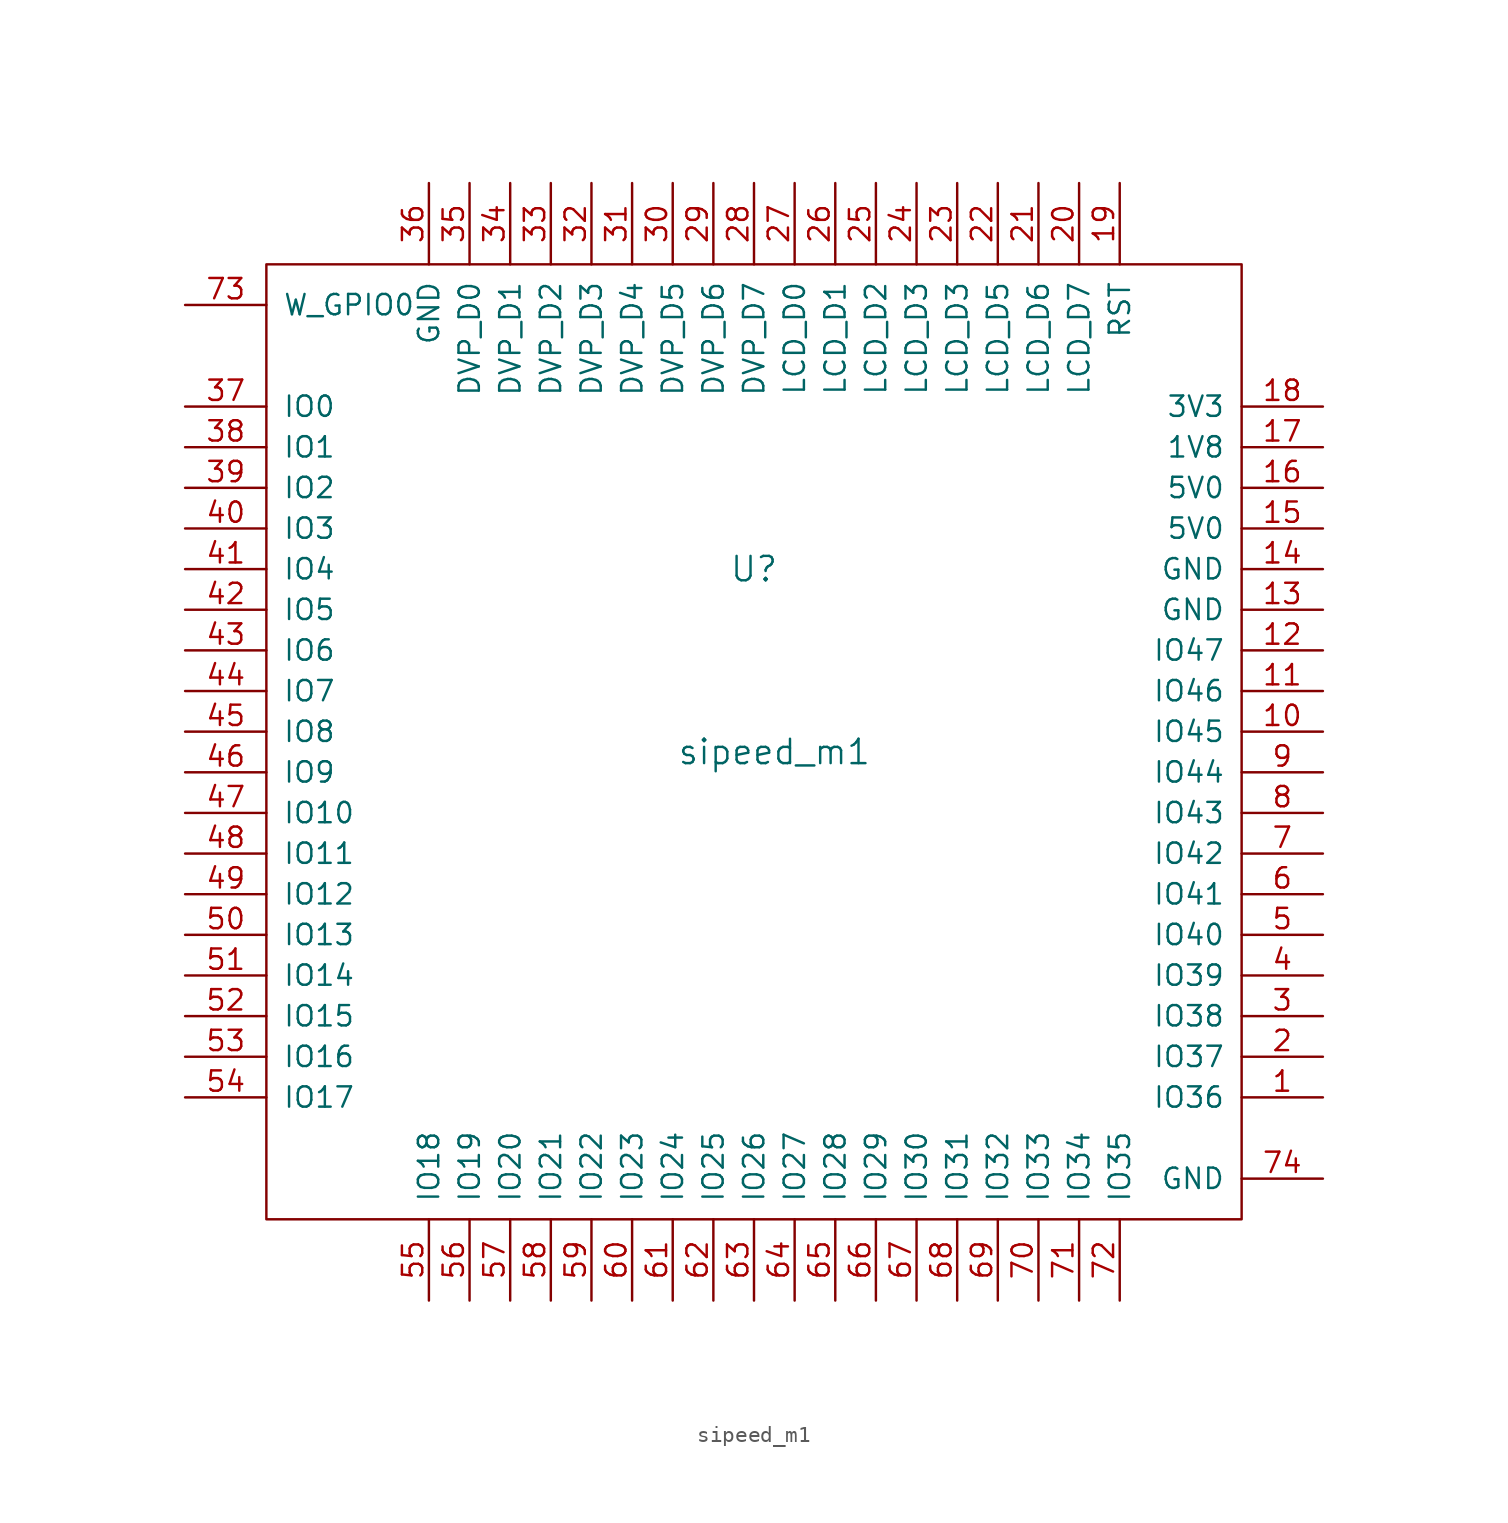
<source format=kicad_sym>
(kicad_symbol_lib
  (version 20231120)
  (generator "kicad_symbol_editor")
  (generator_version "8.0")
  (symbol "sipeed_m1"
    (pin_names
      (offset 1.016))
    (property "Reference" "U"
      (at 0 11.43 0)
      (effects (font (size 1.524 1.524))))
    (property "Value" "sipeed_m1"
      (at 1.27 0 0)
      (effects (font (size 1.524 1.524))))
    (symbol "sipeed_m1_0_1"
      (rectangle (start -30.48 -29.21) (end 30.48 30.48) (stroke (width 0) (type solid)) (fill (type none))))
    (symbol "sipeed_m1_1_1"
      (pin unspecified line (at 35.56 -21.59 180) (length 5.08) (name "IO36" (effects (font (size 1.27 1.27)))) (number "1" (effects (font (size 1.27 1.27)))))
      (pin unspecified line (at 35.56 1.27 180) (length 5.08) (name "IO45" (effects (font (size 1.27 1.27)))) (number "10" (effects (font (size 1.27 1.27)))))
      (pin unspecified line (at 35.56 3.81 180) (length 5.08) (name "IO46" (effects (font (size 1.27 1.27)))) (number "11" (effects (font (size 1.27 1.27)))))
      (pin unspecified line (at 35.56 6.35 180) (length 5.08) (name "IO47" (effects (font (size 1.27 1.27)))) (number "12" (effects (font (size 1.27 1.27)))))
      (pin unspecified line (at 35.56 8.89 180) (length 5.08) (name "GND" (effects (font (size 1.27 1.27)))) (number "13" (effects (font (size 1.27 1.27)))))
      (pin unspecified line (at 35.56 11.43 180) (length 5.08) (name "GND" (effects (font (size 1.27 1.27)))) (number "14" (effects (font (size 1.27 1.27)))))
      (pin power_in line (at 35.56 13.97 180) (length 5.08) (name "5V0" (effects (font (size 1.27 1.27)))) (number "15" (effects (font (size 1.27 1.27)))))
      (pin unspecified line (at 35.56 16.51 180) (length 5.08) (name "5V0" (effects (font (size 1.27 1.27)))) (number "16" (effects (font (size 1.27 1.27)))))
      (pin unspecified line (at 35.56 19.05 180) (length 5.08) (name "1V8" (effects (font (size 1.27 1.27)))) (number "17" (effects (font (size 1.27 1.27)))))
      (pin unspecified line (at 35.56 21.59 180) (length 5.08) (name "3V3" (effects (font (size 1.27 1.27)))) (number "18" (effects (font (size 1.27 1.27)))))
      (pin unspecified line (at 22.86 35.56 270) (length 5.08) (name "RST" (effects (font (size 1.27 1.27)))) (number "19" (effects (font (size 1.27 1.27)))))
      (pin unspecified line (at 35.56 -19.05 180) (length 5.08) (name "IO37" (effects (font (size 1.27 1.27)))) (number "2" (effects (font (size 1.27 1.27)))))
      (pin unspecified line (at 20.32 35.56 270) (length 5.08) (name "LCD_D7" (effects (font (size 1.27 1.27)))) (number "20" (effects (font (size 1.27 1.27)))))
      (pin unspecified line (at 17.78 35.56 270) (length 5.08) (name "LCD_D6" (effects (font (size 1.27 1.27)))) (number "21" (effects (font (size 1.27 1.27)))))
      (pin unspecified line (at 15.24 35.56 270) (length 5.08) (name "LCD_D5" (effects (font (size 1.27 1.27)))) (number "22" (effects (font (size 1.27 1.27)))))
      (pin unspecified line (at 12.7 35.56 270) (length 5.08) (name "LCD_D3" (effects (font (size 1.27 1.27)))) (number "23" (effects (font (size 1.27 1.27)))))
      (pin unspecified line (at 10.16 35.56 270) (length 5.08) (name "LCD_D3" (effects (font (size 1.27 1.27)))) (number "24" (effects (font (size 1.27 1.27)))))
      (pin unspecified line (at 7.62 35.56 270) (length 5.08) (name "LCD_D2" (effects (font (size 1.27 1.27)))) (number "25" (effects (font (size 1.27 1.27)))))
      (pin unspecified line (at 5.08 35.56 270) (length 5.08) (name "LCD_D1" (effects (font (size 1.27 1.27)))) (number "26" (effects (font (size 1.27 1.27)))))
      (pin unspecified line (at 2.54 35.56 270) (length 5.08) (name "LCD_D0" (effects (font (size 1.27 1.27)))) (number "27" (effects (font (size 1.27 1.27)))))
      (pin unspecified line (at 0 35.56 270) (length 5.08) (name "DVP_D7" (effects (font (size 1.27 1.27)))) (number "28" (effects (font (size 1.27 1.27)))))
      (pin unspecified line (at -2.54 35.56 270) (length 5.08) (name "DVP_D6" (effects (font (size 1.27 1.27)))) (number "29" (effects (font (size 1.27 1.27)))))
      (pin unspecified line (at 35.56 -16.51 180) (length 5.08) (name "IO38" (effects (font (size 1.27 1.27)))) (number "3" (effects (font (size 1.27 1.27)))))
      (pin unspecified line (at -5.08 35.56 270) (length 5.08) (name "DVP_D5" (effects (font (size 1.27 1.27)))) (number "30" (effects (font (size 1.27 1.27)))))
      (pin unspecified line (at -7.62 35.56 270) (length 5.08) (name "DVP_D4" (effects (font (size 1.27 1.27)))) (number "31" (effects (font (size 1.27 1.27)))))
      (pin unspecified line (at -10.16 35.56 270) (length 5.08) (name "DVP_D3" (effects (font (size 1.27 1.27)))) (number "32" (effects (font (size 1.27 1.27)))))
      (pin unspecified line (at -12.7 35.56 270) (length 5.08) (name "DVP_D2" (effects (font (size 1.27 1.27)))) (number "33" (effects (font (size 1.27 1.27)))))
      (pin unspecified line (at -15.24 35.56 270) (length 5.08) (name "DVP_D1" (effects (font (size 1.27 1.27)))) (number "34" (effects (font (size 1.27 1.27)))))
      (pin unspecified line (at -17.78 35.56 270) (length 5.08) (name "DVP_D0" (effects (font (size 1.27 1.27)))) (number "35" (effects (font (size 1.27 1.27)))))
      (pin unspecified line (at -20.32 35.56 270) (length 5.08) (name "GND" (effects (font (size 1.27 1.27)))) (number "36" (effects (font (size 1.27 1.27)))))
      (pin unspecified line (at -35.56 21.59 0) (length 5.08) (name "IO0" (effects (font (size 1.27 1.27)))) (number "37" (effects (font (size 1.27 1.27)))))
      (pin unspecified line (at -35.56 19.05 0) (length 5.08) (name "IO1" (effects (font (size 1.27 1.27)))) (number "38" (effects (font (size 1.27 1.27)))))
      (pin unspecified line (at -35.56 16.51 0) (length 5.08) (name "IO2" (effects (font (size 1.27 1.27)))) (number "39" (effects (font (size 1.27 1.27)))))
      (pin unspecified line (at 35.56 -13.97 180) (length 5.08) (name "IO39" (effects (font (size 1.27 1.27)))) (number "4" (effects (font (size 1.27 1.27)))))
      (pin unspecified line (at -35.56 13.97 0) (length 5.08) (name "IO3" (effects (font (size 1.27 1.27)))) (number "40" (effects (font (size 1.27 1.27)))))
      (pin unspecified line (at -35.56 11.43 0) (length 5.08) (name "IO4" (effects (font (size 1.27 1.27)))) (number "41" (effects (font (size 1.27 1.27)))))
      (pin unspecified line (at -35.56 8.89 0) (length 5.08) (name "IO5" (effects (font (size 1.27 1.27)))) (number "42" (effects (font (size 1.27 1.27)))))
      (pin unspecified line (at -35.56 6.35 0) (length 5.08) (name "IO6" (effects (font (size 1.27 1.27)))) (number "43" (effects (font (size 1.27 1.27)))))
      (pin unspecified line (at -35.56 3.81 0) (length 5.08) (name "IO7" (effects (font (size 1.27 1.27)))) (number "44" (effects (font (size 1.27 1.27)))))
      (pin unspecified line (at -35.56 1.27 0) (length 5.08) (name "IO8" (effects (font (size 1.27 1.27)))) (number "45" (effects (font (size 1.27 1.27)))))
      (pin unspecified line (at -35.56 -1.27 0) (length 5.08) (name "IO9" (effects (font (size 1.27 1.27)))) (number "46" (effects (font (size 1.27 1.27)))))
      (pin unspecified line (at -35.56 -3.81 0) (length 5.08) (name "IO10" (effects (font (size 1.27 1.27)))) (number "47" (effects (font (size 1.27 1.27)))))
      (pin unspecified line (at -35.56 -6.35 0) (length 5.08) (name "IO11" (effects (font (size 1.27 1.27)))) (number "48" (effects (font (size 1.27 1.27)))))
      (pin unspecified line (at -35.56 -8.89 0) (length 5.08) (name "IO12" (effects (font (size 1.27 1.27)))) (number "49" (effects (font (size 1.27 1.27)))))
      (pin unspecified line (at 35.56 -11.43 180) (length 5.08) (name "IO40" (effects (font (size 1.27 1.27)))) (number "5" (effects (font (size 1.27 1.27)))))
      (pin unspecified line (at -35.56 -11.43 0) (length 5.08) (name "IO13" (effects (font (size 1.27 1.27)))) (number "50" (effects (font (size 1.27 1.27)))))
      (pin unspecified line (at -35.56 -13.97 0) (length 5.08) (name "IO14" (effects (font (size 1.27 1.27)))) (number "51" (effects (font (size 1.27 1.27)))))
      (pin unspecified line (at -35.56 -16.51 0) (length 5.08) (name "IO15" (effects (font (size 1.27 1.27)))) (number "52" (effects (font (size 1.27 1.27)))))
      (pin unspecified line (at -35.56 -19.05 0) (length 5.08) (name "IO16" (effects (font (size 1.27 1.27)))) (number "53" (effects (font (size 1.27 1.27)))))
      (pin unspecified line (at -35.56 -21.59 0) (length 5.08) (name "IO17" (effects (font (size 1.27 1.27)))) (number "54" (effects (font (size 1.27 1.27)))))
      (pin unspecified line (at -20.32 -34.29 90) (length 5.08) (name "IO18" (effects (font (size 1.27 1.27)))) (number "55" (effects (font (size 1.27 1.27)))))
      (pin unspecified line (at -17.78 -34.29 90) (length 5.08) (name "IO19" (effects (font (size 1.27 1.27)))) (number "56" (effects (font (size 1.27 1.27)))))
      (pin unspecified line (at -15.24 -34.29 90) (length 5.08) (name "IO20" (effects (font (size 1.27 1.27)))) (number "57" (effects (font (size 1.27 1.27)))))
      (pin unspecified line (at -12.7 -34.29 90) (length 5.08) (name "IO21" (effects (font (size 1.27 1.27)))) (number "58" (effects (font (size 1.27 1.27)))))
      (pin unspecified line (at -10.16 -34.29 90) (length 5.08) (name "IO22" (effects (font (size 1.27 1.27)))) (number "59" (effects (font (size 1.27 1.27)))))
      (pin unspecified line (at 35.56 -8.89 180) (length 5.08) (name "IO41" (effects (font (size 1.27 1.27)))) (number "6" (effects (font (size 1.27 1.27)))))
      (pin unspecified line (at -7.62 -34.29 90) (length 5.08) (name "IO23" (effects (font (size 1.27 1.27)))) (number "60" (effects (font (size 1.27 1.27)))))
      (pin unspecified line (at -5.08 -34.29 90) (length 5.08) (name "IO24" (effects (font (size 1.27 1.27)))) (number "61" (effects (font (size 1.27 1.27)))))
      (pin unspecified line (at -2.54 -34.29 90) (length 5.08) (name "IO25" (effects (font (size 1.27 1.27)))) (number "62" (effects (font (size 1.27 1.27)))))
      (pin unspecified line (at 0 -34.29 90) (length 5.08) (name "IO26" (effects (font (size 1.27 1.27)))) (number "63" (effects (font (size 1.27 1.27)))))
      (pin unspecified line (at 2.54 -34.29 90) (length 5.08) (name "IO27" (effects (font (size 1.27 1.27)))) (number "64" (effects (font (size 1.27 1.27)))))
      (pin unspecified line (at 5.08 -34.29 90) (length 5.08) (name "IO28" (effects (font (size 1.27 1.27)))) (number "65" (effects (font (size 1.27 1.27)))))
      (pin unspecified line (at 7.62 -34.29 90) (length 5.08) (name "IO29" (effects (font (size 1.27 1.27)))) (number "66" (effects (font (size 1.27 1.27)))))
      (pin unspecified line (at 10.16 -34.29 90) (length 5.08) (name "IO30" (effects (font (size 1.27 1.27)))) (number "67" (effects (font (size 1.27 1.27)))))
      (pin unspecified line (at 12.7 -34.29 90) (length 5.08) (name "IO31" (effects (font (size 1.27 1.27)))) (number "68" (effects (font (size 1.27 1.27)))))
      (pin unspecified line (at 15.24 -34.29 90) (length 5.08) (name "IO32" (effects (font (size 1.27 1.27)))) (number "69" (effects (font (size 1.27 1.27)))))
      (pin unspecified line (at 35.56 -6.35 180) (length 5.08) (name "IO42" (effects (font (size 1.27 1.27)))) (number "7" (effects (font (size 1.27 1.27)))))
      (pin unspecified line (at 17.78 -34.29 90) (length 5.08) (name "IO33" (effects (font (size 1.27 1.27)))) (number "70" (effects (font (size 1.27 1.27)))))
      (pin unspecified line (at 20.32 -34.29 90) (length 5.08) (name "IO34" (effects (font (size 1.27 1.27)))) (number "71" (effects (font (size 1.27 1.27)))))
      (pin unspecified line (at 22.86 -34.29 90) (length 5.08) (name "IO35" (effects (font (size 1.27 1.27)))) (number "72" (effects (font (size 1.27 1.27)))))
      (pin unspecified line (at -35.56 27.94 0) (length 5.08) (name "W_GPIO0" (effects (font (size 1.27 1.27)))) (number "73" (effects (font (size 1.27 1.27)))))
      (pin unspecified line (at 35.56 -26.67 180) (length 5.08) (name "GND" (effects (font (size 1.27 1.27)))) (number "74" (effects (font (size 1.27 1.27)))))
      (pin unspecified line (at 35.56 -3.81 180) (length 5.08) (name "IO43" (effects (font (size 1.27 1.27)))) (number "8" (effects (font (size 1.27 1.27)))))
      (pin unspecified line (at 35.56 -1.27 180) (length 5.08) (name "IO44" (effects (font (size 1.27 1.27)))) (number "9" (effects (font (size 1.27 1.27))))))))
</source>
